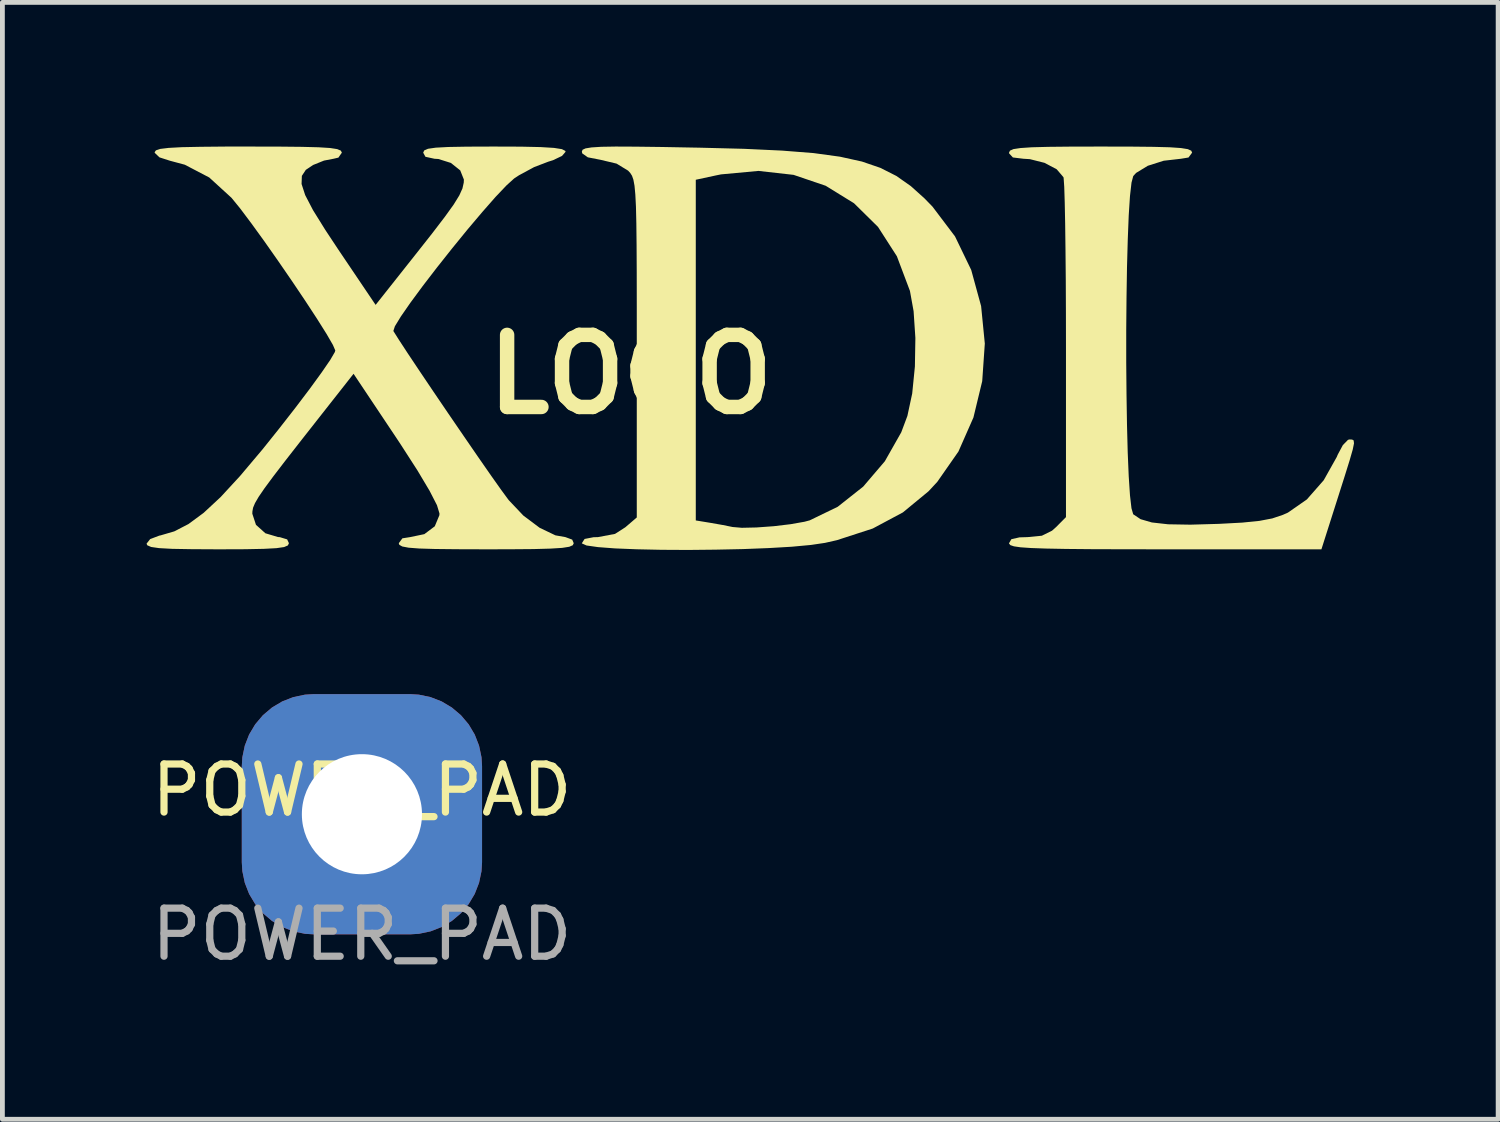
<source format=kicad_pcb>
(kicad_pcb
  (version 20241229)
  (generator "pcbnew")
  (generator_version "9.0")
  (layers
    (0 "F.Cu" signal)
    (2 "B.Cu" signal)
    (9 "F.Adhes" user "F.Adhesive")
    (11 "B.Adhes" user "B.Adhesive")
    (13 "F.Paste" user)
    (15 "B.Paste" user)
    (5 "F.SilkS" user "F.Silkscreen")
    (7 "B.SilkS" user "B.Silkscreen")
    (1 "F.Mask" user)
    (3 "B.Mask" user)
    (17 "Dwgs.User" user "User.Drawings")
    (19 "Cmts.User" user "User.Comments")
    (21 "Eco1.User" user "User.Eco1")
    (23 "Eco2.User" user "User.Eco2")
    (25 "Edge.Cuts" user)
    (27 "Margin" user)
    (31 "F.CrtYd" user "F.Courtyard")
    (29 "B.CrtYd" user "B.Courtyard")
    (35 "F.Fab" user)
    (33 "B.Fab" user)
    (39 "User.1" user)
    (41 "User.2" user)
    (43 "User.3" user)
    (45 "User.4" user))
  (footprint "LOGO"
    (layer "F.Cu")
    (at 10.075 4.741)
    (property "Reference" "LOGO" (at 0 0 0) (layer "F.SilkS") (effects (font (size 1.5 1.5) (thickness 0.3))))
    (attr board_only exclude_from_pos_files exclude_from_bom)
    (fp_poly (pts (xy 10.403 -4.74) (xy 10.877 -4.735) (xy 11.22 -4.726) (xy 11.453 -4.71) (xy 11.595 -4.687) (xy 11.666 -4.655) (xy 11.684 -4.614) (xy 11.609 -4.513) (xy 11.451 -4.487) (xy 11.093 -4.446) (xy 10.762 -4.341) (xy 10.518 -4.192) (xy 10.459 -4.127) (xy 10.423 -3.991) (xy 10.391 -3.711) (xy 10.365 -3.309) (xy 10.345 -2.807) (xy 10.329 -2.227) (xy 10.319 -1.592) (xy 10.313 -0.925) (xy 10.313 -0.247) (xy 10.319 0.419) (xy 10.329 1.051) (xy 10.344 1.626) (xy 10.365 2.122) (xy 10.391 2.516) (xy 10.422 2.786) (xy 10.458 2.911) (xy 10.459 2.912) (xy 10.612 3.014) (xy 10.847 3.082) (xy 11.185 3.12) (xy 11.648 3.128) (xy 12.244 3.111) (xy 12.728 3.085) (xy 13.084 3.049) (xy 13.352 2.998) (xy 13.572 2.924) (xy 13.678 2.877) (xy 14.072 2.603) (xy 14.423 2.203) (xy 14.695 1.718) (xy 14.714 1.672) (xy 14.821 1.472) (xy 14.929 1.362) (xy 14.957 1.355) (xy 15.013 1.356) (xy 15.046 1.375) (xy 15.053 1.436) (xy 15.027 1.564) (xy 14.964 1.783) (xy 14.86 2.117) (xy 14.723 2.548) (xy 14.375 3.641) (xy 11.125 3.641) (xy 10.288 3.64) (xy 9.606 3.638) (xy 9.062 3.633) (xy 8.643 3.625) (xy 8.332 3.614) (xy 8.115 3.599) (xy 7.977 3.579) (xy 7.902 3.554) (xy 7.875 3.522) (xy 7.874 3.514) (xy 7.923 3.43) (xy 8.092 3.392) (xy 8.259 3.387) (xy 8.557 3.358) (xy 8.769 3.253) (xy 8.852 3.179) (xy 9.059 2.971) (xy 9.059 -0.497) (xy 9.058 -1.251) (xy 9.055 -1.956) (xy 9.049 -2.592) (xy 9.042 -3.14) (xy 9.033 -3.583) (xy 9.023 -3.901) (xy 9.011 -4.077) (xy 9.007 -4.103) (xy 8.866 -4.268) (xy 8.613 -4.402) (xy 8.307 -4.479) (xy 8.175 -4.487) (xy 7.954 -4.514) (xy 7.875 -4.6) (xy 7.874 -4.614) (xy 7.894 -4.656) (xy 7.966 -4.688) (xy 8.111 -4.71) (xy 8.348 -4.726) (xy 8.696 -4.735) (xy 9.175 -4.74) (xy 9.779 -4.741)) (stroke (width 0) (type solid)) (fill yes) (layer "F.SilkS"))
    (fp_poly (pts (xy 0.104 -4.739) (xy 0.652 -4.732) (xy 1.35 -4.719) (xy 1.418 -4.718) (xy 2.358 -4.694) (xy 3.148 -4.657) (xy 3.807 -4.605) (xy 4.356 -4.53) (xy 4.813 -4.429) (xy 5.198 -4.297) (xy 5.53 -4.129) (xy 5.829 -3.919) (xy 6.114 -3.663) (xy 6.282 -3.49) (xy 6.75 -2.871) (xy 7.087 -2.173) (xy 7.293 -1.421) (xy 7.37 -0.641) (xy 7.316 0.141) (xy 7.133 0.898) (xy 6.821 1.606) (xy 6.38 2.238) (xy 6.199 2.433) (xy 5.665 2.873) (xy 5.038 3.208) (xy 4.294 3.45) (xy 4.043 3.507) (xy 3.751 3.55) (xy 3.353 3.587) (xy 2.873 3.615) (xy 2.337 3.636) (xy 1.769 3.648) (xy 1.194 3.654) (xy 0.637 3.651) (xy 0.122 3.64) (xy -0.325 3.622) (xy -0.68 3.595) (xy -0.919 3.561) (xy -1.015 3.518) (xy -1.016 3.514) (xy -0.959 3.425) (xy -0.772 3.389) (xy -0.682 3.387) (xy -0.326 3.32) (xy -0.111 3.182) (xy 0.127 2.978) (xy 0.127 -0.541) (xy 0.127 -1.404) (xy 0.126 -2.115) (xy 0.123 -2.688) (xy 0.118 -3.139) (xy 0.11 -3.485) (xy 0.097 -3.741) (xy 0.08 -3.924) (xy 0.057 -4.049) (xy 0.057 -4.05) (xy 1.355 -4.05) (xy 1.355 -0.505) (xy 1.355 3.04) (xy 1.672 3.092) (xy 1.916 3.135) (xy 2.099 3.172) (xy 2.117 3.176) (xy 2.313 3.193) (xy 2.619 3.186) (xy 2.977 3.16) (xy 3.329 3.118) (xy 3.617 3.067) (xy 3.726 3.038) (xy 4.308 2.756) (xy 4.839 2.336) (xy 5.289 1.809) (xy 5.631 1.206) (xy 5.759 0.864) (xy 5.859 0.398) (xy 5.915 -0.164) (xy 5.925 -0.757) (xy 5.888 -1.314) (xy 5.812 -1.736) (xy 5.54 -2.458) (xy 5.147 -3.069) (xy 4.648 -3.561) (xy 4.058 -3.925) (xy 3.39 -4.152) (xy 2.66 -4.234) (xy 1.881 -4.162) (xy 1.782 -4.142) (xy 1.355 -4.05) (xy 0.057 -4.05) (xy 0.028 -4.133) (xy -0.008 -4.19) (xy -0.052 -4.238) (xy -0.054 -4.24) (xy -0.294 -4.386) (xy -0.626 -4.465) (xy -0.892 -4.517) (xy -1.008 -4.599) (xy -1.016 -4.638) (xy -1 -4.675) (xy -0.939 -4.703) (xy -0.815 -4.723) (xy -0.612 -4.736) (xy -0.312 -4.741)) (stroke (width 0) (type solid)) (fill yes) (layer "F.SilkS"))
    (fp_poly (pts (xy -2.278 -4.739) (xy -1.871 -4.73) (xy -1.595 -4.713) (xy -1.431 -4.687) (xy -1.361 -4.651) (xy -1.355 -4.632) (xy -1.429 -4.546) (xy -1.616 -4.457) (xy -1.715 -4.426) (xy -2.01 -4.313) (xy -2.323 -4.144) (xy -2.425 -4.077) (xy -2.583 -3.934) (xy -2.81 -3.695) (xy -3.085 -3.382) (xy -3.393 -3.018) (xy -3.714 -2.624) (xy -4.032 -2.223) (xy -4.328 -1.838) (xy -4.584 -1.491) (xy -4.783 -1.204) (xy -4.907 -1.001) (xy -4.939 -0.903) (xy -4.939 -0.903) (xy -4.827 -0.725) (xy -4.638 -0.436) (xy -4.389 -0.063) (xy -4.1 0.366) (xy -3.789 0.824) (xy -3.474 1.284) (xy -3.175 1.719) (xy -2.91 2.1) (xy -2.697 2.401) (xy -2.556 2.593) (xy -2.538 2.617) (xy -2.233 2.939) (xy -1.894 3.193) (xy -1.566 3.35) (xy -1.358 3.387) (xy -1.217 3.439) (xy -1.185 3.514) (xy -1.205 3.556) (xy -1.279 3.588) (xy -1.426 3.611) (xy -1.667 3.626) (xy -2.022 3.636) (xy -2.509 3.64) (xy -3.006 3.641) (xy -3.614 3.639) (xy -4.073 3.634) (xy -4.402 3.624) (xy -4.622 3.607) (xy -4.753 3.582) (xy -4.814 3.548) (xy -4.826 3.514) (xy -4.751 3.412) (xy -4.591 3.387) (xy -4.294 3.325) (xy -4.077 3.162) (xy -3.981 2.931) (xy -3.979 2.895) (xy -4.031 2.723) (xy -4.185 2.423) (xy -4.437 2) (xy -4.785 1.46) (xy -4.873 1.327) (xy -5.767 -0.012) (xy -6.421 0.819) (xy -6.85 1.365) (xy -7.185 1.794) (xy -7.438 2.124) (xy -7.62 2.37) (xy -7.743 2.55) (xy -7.818 2.679) (xy -7.858 2.774) (xy -7.872 2.851) (xy -7.874 2.9) (xy -7.798 3.131) (xy -7.602 3.307) (xy -7.337 3.386) (xy -7.305 3.387) (xy -7.149 3.434) (xy -7.112 3.514) (xy -7.134 3.56) (xy -7.213 3.594) (xy -7.373 3.617) (xy -7.634 3.631) (xy -8.02 3.639) (xy -8.551 3.641) (xy -8.594 3.641) (xy -9.142 3.638) (xy -9.542 3.631) (xy -9.815 3.616) (xy -9.98 3.592) (xy -10.06 3.557) (xy -10.075 3.523) (xy -10 3.428) (xy -9.81 3.356) (xy -9.784 3.351) (xy -9.497 3.267) (xy -9.203 3.115) (xy -8.887 2.882) (xy -8.534 2.554) (xy -8.131 2.117) (xy -7.661 1.56) (xy -7.324 1.139) (xy -6.982 0.701) (xy -6.679 0.301) (xy -6.431 -0.04) (xy -6.252 -0.301) (xy -6.158 -0.462) (xy -6.147 -0.497) (xy -6.197 -0.613) (xy -6.329 -0.841) (xy -6.527 -1.156) (xy -6.773 -1.532) (xy -7.05 -1.944) (xy -7.341 -2.367) (xy -7.629 -2.777) (xy -7.897 -3.147) (xy -8.127 -3.453) (xy -8.303 -3.669) (xy -8.306 -3.673) (xy -8.77 -4.097) (xy -9.279 -4.363) (xy -9.592 -4.447) (xy -9.806 -4.516) (xy -9.904 -4.609) (xy -9.906 -4.624) (xy -9.88 -4.662) (xy -9.79 -4.692) (xy -9.617 -4.713) (xy -9.342 -4.728) (xy -8.948 -4.736) (xy -8.416 -4.741) (xy -7.959 -4.741) (xy -7.327 -4.74) (xy -6.846 -4.735) (xy -6.495 -4.726) (xy -6.256 -4.711) (xy -6.108 -4.688) (xy -6.033 -4.657) (xy -6.011 -4.617) (xy -6.011 -4.614) (xy -6.082 -4.511) (xy -6.185 -4.487) (xy -6.382 -4.449) (xy -6.608 -4.358) (xy -6.761 -4.256) (xy -6.843 -4.131) (xy -6.849 -3.962) (xy -6.774 -3.731) (xy -6.611 -3.418) (xy -6.355 -3.006) (xy -6.083 -2.595) (xy -5.308 -1.446) (xy -4.489 -2.48) (xy -4.131 -2.934) (xy -3.867 -3.279) (xy -3.683 -3.535) (xy -3.566 -3.725) (xy -3.501 -3.869) (xy -3.474 -3.99) (xy -3.471 -4.054) (xy -3.547 -4.245) (xy -3.741 -4.4) (xy -4.001 -4.482) (xy -4.083 -4.487) (xy -4.271 -4.528) (xy -4.318 -4.614) (xy -4.296 -4.661) (xy -4.217 -4.695) (xy -4.057 -4.718) (xy -3.796 -4.732) (xy -3.41 -4.739) (xy -2.879 -4.741) (xy -2.836 -4.741)) (stroke (width 0) (type solid)) (fill yes) (layer "F.SilkS")))
  (footprint "POWER_PAD"
    (layer "F.Cu")
    (at 4.482 13.895)
    (property "Reference" "POWER_PAD" (at 0 -0.5 0) (unlocked yes) (layer "F.SilkS") (effects (font (size 1 1) (thickness 0.15))))
    (attr through_hole)
    (fp_text user "${REFERENCE}" (at 0 2.5 0) (unlocked yes) (layer "F.Fab") (effects (font (size 1 1) (thickness 0.15))))
    (pad "1" thru_hole roundrect (at 0 0) (size 5 5) (drill 2.5) (layers "*.Cu" "*.Mask") (roundrect_rratio 0.3)))
  (gr_rect
    (start -3 -3)
    (end 28.128 20.243)
    (stroke (width 0.1) (type default))
    (fill no)
    (layer "Edge.Cuts")))
</source>
